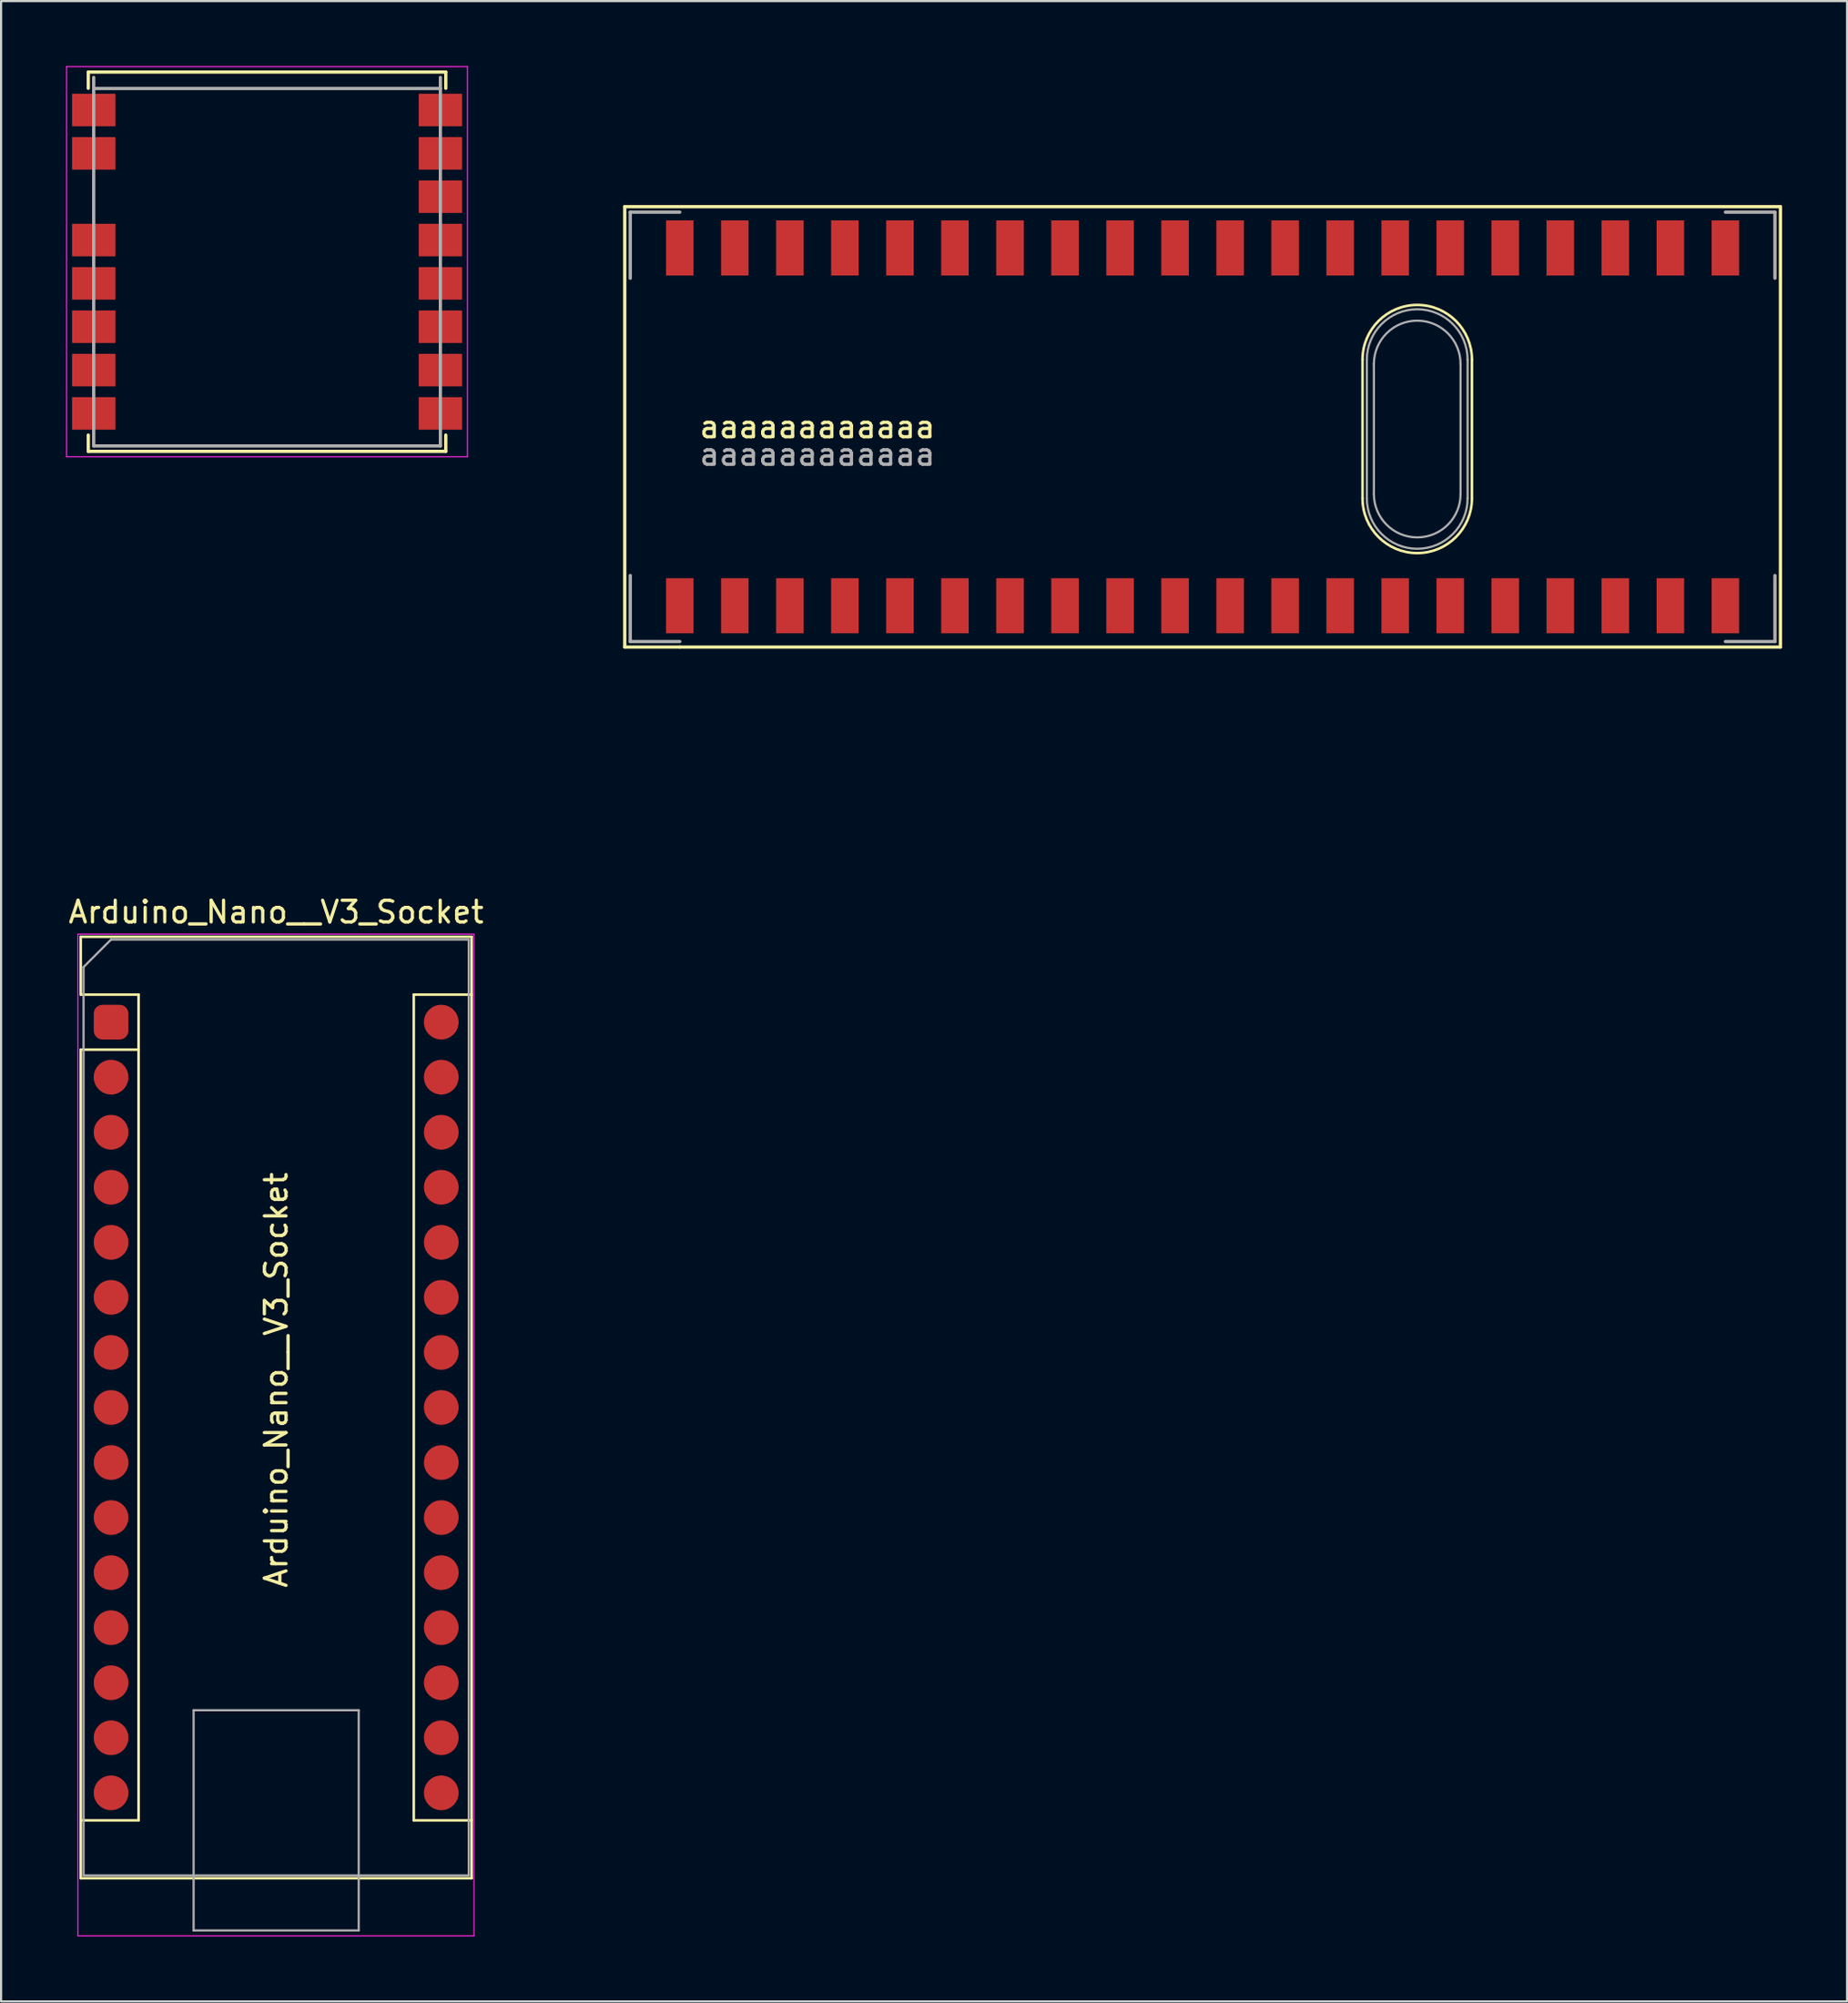
<source format=kicad_pcb>
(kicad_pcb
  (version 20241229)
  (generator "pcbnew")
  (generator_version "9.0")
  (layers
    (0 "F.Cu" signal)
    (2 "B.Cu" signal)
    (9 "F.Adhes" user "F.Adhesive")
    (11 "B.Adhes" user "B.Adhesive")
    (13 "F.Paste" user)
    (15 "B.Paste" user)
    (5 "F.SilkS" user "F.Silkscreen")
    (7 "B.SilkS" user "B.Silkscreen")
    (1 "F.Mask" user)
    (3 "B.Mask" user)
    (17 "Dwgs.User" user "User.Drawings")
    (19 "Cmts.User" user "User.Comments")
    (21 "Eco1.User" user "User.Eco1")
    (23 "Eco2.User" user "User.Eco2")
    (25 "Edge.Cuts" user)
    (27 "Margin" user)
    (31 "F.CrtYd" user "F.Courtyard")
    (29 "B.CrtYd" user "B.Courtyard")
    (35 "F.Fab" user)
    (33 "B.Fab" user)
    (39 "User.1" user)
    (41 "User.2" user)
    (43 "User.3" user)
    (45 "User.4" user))
  (footprint "aaaaaaaaaaaa"
    (layer "F.Cu")
    (at 6.735 34.933)
    (property "Reference" "aaaaaaaaaaaa" (at 27.94 -18.288 0) (layer "F.SilkS") (effects (font (size 1 1) (thickness 0.15))))
    (attr smd)
    (fp_line (start -5.71 -34.658) (end 10.79 -34.658) (stroke (width 0.15) (type solid)) (layer "F.SilkS"))
    (fp_line (start -5.71 -33.908) (end -5.71 -34.658) (stroke (width 0.15) (type solid)) (layer "F.SilkS"))
    (fp_line (start -5.71 -17.908) (end -5.71 -17.158) (stroke (width 0.15) (type solid)) (layer "F.SilkS"))
    (fp_line (start -5.71 -17.158) (end 10.79 -17.158) (stroke (width 0.15) (type solid)) (layer "F.SilkS"))
    (fp_line (start 10.79 -34.658) (end 10.79 -33.908) (stroke (width 0.15) (type solid)) (layer "F.SilkS"))
    (fp_line (start 10.79 -17.158) (end 10.79 -17.908) (stroke (width 0.15) (type solid)) (layer "F.SilkS"))
    (fp_line (start 19.05 -28.448) (end 19.05 -8.128) (stroke (width 0.15) (type solid)) (layer "F.SilkS"))
    (fp_line (start 19.05 -8.128) (end 21.59 -8.128) (stroke (width 0.15) (type solid)) (layer "F.SilkS"))
    (fp_line (start 21.59 -8.128) (end 72.39 -8.128) (stroke (width 0.15) (type solid)) (layer "F.SilkS"))
    (fp_line (start 53.101 -14.988) (end 53.101 -21.388) (stroke (width 0.12) (type solid)) (layer "F.SilkS"))
    (fp_line (start 58.151 -14.988) (end 58.151 -21.388) (stroke (width 0.12) (type solid)) (layer "F.SilkS"))
    (fp_line (start 72.39 -28.448) (end 19.05 -28.448) (stroke (width 0.15) (type solid)) (layer "F.SilkS"))
    (fp_line (start 72.39 -8.128) (end 72.39 -28.448) (stroke (width 0.15) (type solid)) (layer "F.SilkS"))
    (fp_arc (start 53.101 -21.388) (mid 55.626 -23.913) (end 58.151 -21.388) (stroke (width 0.12) (type solid)) (layer "F.SilkS"))
    (fp_arc (start 58.151 -14.988) (mid 55.626 -12.463) (end 53.101 -14.988) (stroke (width 0.12) (type solid)) (layer "F.SilkS"))
    (fp_line (start -6.71 -34.908) (end 11.79 -34.908) (stroke (width 0.05) (type solid)) (layer "F.CrtYd"))
    (fp_line (start -6.71 -16.908) (end -6.71 -34.908) (stroke (width 0.05) (type solid)) (layer "F.CrtYd"))
    (fp_line (start 11.79 -34.908) (end 11.79 -16.908) (stroke (width 0.05) (type solid)) (layer "F.CrtYd"))
    (fp_line (start 11.79 -16.908) (end -6.71 -16.908) (stroke (width 0.05) (type solid)) (layer "F.CrtYd"))
    (fp_line (start -5.46 -33.9) (end 10.54 -33.9) (stroke (width 0.15) (type solid)) (layer "F.Fab"))
    (fp_line (start -5.46 -17.408) (end -5.46 -34.408) (stroke (width 0.15) (type solid)) (layer "F.Fab"))
    (fp_line (start 10.54 -34.408) (end 10.54 -17.408) (stroke (width 0.15) (type solid)) (layer "F.Fab"))
    (fp_line (start 10.54 -17.408) (end -5.46 -17.408) (stroke (width 0.15) (type solid)) (layer "F.Fab"))
    (fp_line (start 19.304 -28.194) (end 19.304 -25.146) (stroke (width 0.15) (type solid)) (layer "F.Fab"))
    (fp_line (start 19.304 -28.194) (end 21.59 -28.194) (stroke (width 0.15) (type solid)) (layer "F.Fab"))
    (fp_line (start 19.304 -8.382) (end 19.304 -11.43) (stroke (width 0.15) (type solid)) (layer "F.Fab"))
    (fp_line (start 21.59 -8.382) (end 19.304 -8.382) (stroke (width 0.15) (type solid)) (layer "F.Fab"))
    (fp_line (start 53.301 -14.988) (end 53.301 -21.388) (stroke (width 0.1) (type solid)) (layer "F.Fab"))
    (fp_line (start 53.626 -15.188) (end 53.626 -21.188) (stroke (width 0.1) (type solid)) (layer "F.Fab"))
    (fp_line (start 57.626 -15.188) (end 57.626 -21.188) (stroke (width 0.1) (type solid)) (layer "F.Fab"))
    (fp_line (start 57.951 -14.988) (end 57.951 -21.388) (stroke (width 0.1) (type solid)) (layer "F.Fab"))
    (fp_line (start 69.85 -28.194) (end 72.136 -28.194) (stroke (width 0.15) (type solid)) (layer "F.Fab"))
    (fp_line (start 69.85 -8.382) (end 72.136 -8.382) (stroke (width 0.15) (type solid)) (layer "F.Fab"))
    (fp_line (start 72.136 -28.194) (end 72.136 -25.146) (stroke (width 0.15) (type solid)) (layer "F.Fab"))
    (fp_line (start 72.136 -8.382) (end 72.136 -11.43) (stroke (width 0.15) (type solid)) (layer "F.Fab"))
    (fp_arc (start 53.301 -21.388) (mid 55.626 -23.713) (end 57.951 -21.388) (stroke (width 0.1) (type solid)) (layer "F.Fab"))
    (fp_arc (start 53.626 -21.188) (mid 55.626 -23.188) (end 57.626 -21.188) (stroke (width 0.1) (type solid)) (layer "F.Fab"))
    (fp_arc (start 57.626 -15.188) (mid 55.626 -13.188) (end 53.626 -15.188) (stroke (width 0.1) (type solid)) (layer "F.Fab"))
    (fp_arc (start 57.951 -14.988) (mid 55.626 -12.663) (end 53.301 -14.988) (stroke (width 0.1) (type solid)) (layer "F.Fab"))
    (fp_text user "${REFERENCE}" (at 27.94 -17.018 0) (layer "F.Fab") (effects (font (size 1 1) (thickness 0.15))))
    (pad "1" smd rect (at -5.46 -32.908) (size 2 1.5) (layers "F.Cu" "F.Mask" "F.Paste"))
    (pad "1" smd rect (at 21.59 -10.033) (size 1.27 2.54) (layers "F.Cu" "F.Mask" "F.Paste"))
    (pad "2" smd rect (at -5.46 -30.908) (size 2 1.5) (layers "F.Cu" "F.Mask" "F.Paste"))
    (pad "2" smd rect (at 24.13 -10.033) (size 1.27 2.54) (layers "F.Cu" "F.Mask" "F.Paste"))
    (pad "3" smd rect (at 26.67 -10.033) (size 1.27 2.54) (layers "F.Cu" "F.Mask" "F.Paste"))
    (pad "4" smd rect (at -5.46 -26.908) (size 2 1.5) (layers "F.Cu" "F.Mask" "F.Paste"))
    (pad "4" smd rect (at 29.21 -10.033) (size 1.27 2.54) (layers "F.Cu" "F.Mask" "F.Paste"))
    (pad "5" smd rect (at -5.46 -24.908) (size 2 1.5) (layers "F.Cu" "F.Mask" "F.Paste"))
    (pad "5" smd rect (at 31.75 -10.033) (size 1.27 2.54) (layers "F.Cu" "F.Mask" "F.Paste"))
    (pad "6" smd rect (at -5.46 -22.908) (size 2 1.5) (layers "F.Cu" "F.Mask" "F.Paste"))
    (pad "6" smd rect (at 34.29 -10.033) (size 1.27 2.54) (layers "F.Cu" "F.Mask" "F.Paste"))
    (pad "7" smd rect (at -5.46 -20.908) (size 2 1.5) (layers "F.Cu" "F.Mask" "F.Paste"))
    (pad "7" smd rect (at 36.83 -10.033) (size 1.27 2.54) (layers "F.Cu" "F.Mask" "F.Paste"))
    (pad "8" smd rect (at -5.46 -18.908) (size 2 1.5) (layers "F.Cu" "F.Mask" "F.Paste"))
    (pad "8" smd rect (at 39.37 -10.033) (size 1.27 2.54) (layers "F.Cu" "F.Mask" "F.Paste"))
    (pad "9" smd rect (at 10.54 -18.908) (size 2 1.5) (layers "F.Cu" "F.Mask" "F.Paste"))
    (pad "9" smd rect (at 41.91 -10.033) (size 1.27 2.54) (layers "F.Cu" "F.Mask" "F.Paste"))
    (pad "10" smd rect (at 10.54 -20.908) (size 2 1.5) (layers "F.Cu" "F.Mask" "F.Paste"))
    (pad "10" smd rect (at 44.45 -10.033) (size 1.27 2.54) (layers "F.Cu" "F.Mask" "F.Paste"))
    (pad "11" smd rect (at 10.54 -22.908) (size 2 1.5) (layers "F.Cu" "F.Mask" "F.Paste"))
    (pad "11" smd rect (at 46.99 -10.033) (size 1.27 2.54) (layers "F.Cu" "F.Mask" "F.Paste"))
    (pad "12" smd rect (at 10.54 -24.908) (size 2 1.5) (layers "F.Cu" "F.Mask" "F.Paste"))
    (pad "12" smd rect (at 49.53 -10.033) (size 1.27 2.54) (layers "F.Cu" "F.Mask" "F.Paste"))
    (pad "13" smd rect (at 10.54 -26.908) (size 2 1.5) (layers "F.Cu" "F.Mask" "F.Paste"))
    (pad "13" smd rect (at 52.07 -10.033) (size 1.27 2.54) (layers "F.Cu" "F.Mask" "F.Paste"))
    (pad "14" smd rect (at 10.54 -28.908) (size 2 1.5) (layers "F.Cu" "F.Mask" "F.Paste"))
    (pad "14" smd rect (at 54.61 -10.033) (size 1.27 2.54) (layers "F.Cu" "F.Mask" "F.Paste"))
    (pad "15" smd rect (at 10.54 -30.908) (size 2 1.5) (layers "F.Cu" "F.Mask" "F.Paste"))
    (pad "15" smd rect (at 57.15 -10.033) (size 1.27 2.54) (layers "F.Cu" "F.Mask" "F.Paste"))
    (pad "16" smd rect (at 10.54 -32.908) (size 2 1.5) (layers "F.Cu" "F.Mask" "F.Paste"))
    (pad "16" smd rect (at 59.69 -10.033) (size 1.27 2.54) (layers "F.Cu" "F.Mask" "F.Paste"))
    (pad "17" smd rect (at 62.23 -10.033) (size 1.27 2.54) (layers "F.Cu" "F.Mask" "F.Paste"))
    (pad "18" smd rect (at 64.77 -10.033) (size 1.27 2.54) (layers "F.Cu" "F.Mask" "F.Paste"))
    (pad "19" smd rect (at 67.31 -10.033) (size 1.27 2.54) (layers "F.Cu" "F.Mask" "F.Paste"))
    (pad "20" smd rect (at 69.85 -10.033) (size 1.27 2.54) (layers "F.Cu" "F.Mask" "F.Paste"))
    (pad "21" smd rect (at 69.85 -26.543) (size 1.27 2.54) (layers "F.Cu" "F.Mask" "F.Paste"))
    (pad "22" smd rect (at 67.31 -26.543) (size 1.27 2.54) (layers "F.Cu" "F.Mask" "F.Paste"))
    (pad "23" smd rect (at 64.77 -26.543) (size 1.27 2.54) (layers "F.Cu" "F.Mask" "F.Paste"))
    (pad "24" smd rect (at 62.23 -26.543) (size 1.27 2.54) (layers "F.Cu" "F.Mask" "F.Paste"))
    (pad "25" smd rect (at 59.69 -26.543) (size 1.27 2.54) (layers "F.Cu" "F.Mask" "F.Paste"))
    (pad "26" smd rect (at 57.15 -26.543) (size 1.27 2.54) (layers "F.Cu" "F.Mask" "F.Paste"))
    (pad "27" smd rect (at 54.61 -26.543) (size 1.27 2.54) (layers "F.Cu" "F.Mask" "F.Paste"))
    (pad "28" smd rect (at 52.07 -26.543) (size 1.27 2.54) (layers "F.Cu" "F.Mask" "F.Paste"))
    (pad "29" smd rect (at 49.53 -26.543) (size 1.27 2.54) (layers "F.Cu" "F.Mask" "F.Paste"))
    (pad "30" smd rect (at 46.99 -26.543) (size 1.27 2.54) (layers "F.Cu" "F.Mask" "F.Paste"))
    (pad "31" smd rect (at 44.45 -26.543) (size 1.27 2.54) (layers "F.Cu" "F.Mask" "F.Paste"))
    (pad "32" smd rect (at 41.91 -26.543) (size 1.27 2.54) (layers "F.Cu" "F.Mask" "F.Paste"))
    (pad "33" smd rect (at 39.37 -26.543) (size 1.27 2.54) (layers "F.Cu" "F.Mask" "F.Paste"))
    (pad "34" smd rect (at 36.83 -26.543) (size 1.27 2.54) (layers "F.Cu" "F.Mask" "F.Paste"))
    (pad "35" smd rect (at 34.29 -26.543) (size 1.27 2.54) (layers "F.Cu" "F.Mask" "F.Paste"))
    (pad "36" smd rect (at 31.75 -26.543) (size 1.27 2.54) (layers "F.Cu" "F.Mask" "F.Paste"))
    (pad "37" smd rect (at 29.21 -26.543) (size 1.27 2.54) (layers "F.Cu" "F.Mask" "F.Paste"))
    (pad "38" smd rect (at 26.67 -26.543) (size 1.27 2.54) (layers "F.Cu" "F.Mask" "F.Paste"))
    (pad "39" smd rect (at 24.13 -26.543) (size 1.27 2.54) (layers "F.Cu" "F.Mask" "F.Paste"))
    (pad "40" smd rect (at 21.59 -26.543) (size 1.27 2.54) (layers "F.Cu" "F.Mask" "F.Paste")))
  (footprint "Arduino_Nano__V3_Socket"
    (layer "F.Cu")
    (at 2.076 44.111)
    (property "Reference" "Arduino_Nano__V3_Socket" (at 7.62 -5.08 0) (layer "F.SilkS") (effects (font (size 1 1) (thickness 0.15))))
    (attr through_hole)
    (fp_line (start -1.4 -3.94) (end -1.4 -1.27) (stroke (width 0.12) (type solid)) (layer "F.SilkS"))
    (fp_line (start -1.4 1.27) (end -1.4 39.5) (stroke (width 0.12) (type solid)) (layer "F.SilkS"))
    (fp_line (start -1.4 39.5) (end 16.64 39.5) (stroke (width 0.12) (type solid)) (layer "F.SilkS"))
    (fp_line (start 1.27 -1.27) (end -1.4 -1.27) (stroke (width 0.12) (type solid)) (layer "F.SilkS"))
    (fp_line (start 1.27 1.27) (end -1.4 1.27) (stroke (width 0.12) (type solid)) (layer "F.SilkS"))
    (fp_line (start 1.27 1.27) (end 1.27 -1.27) (stroke (width 0.12) (type solid)) (layer "F.SilkS"))
    (fp_line (start 1.27 1.27) (end 1.27 36.83) (stroke (width 0.12) (type solid)) (layer "F.SilkS"))
    (fp_line (start 1.27 36.83) (end -1.4 36.83) (stroke (width 0.12) (type solid)) (layer "F.SilkS"))
    (fp_line (start 13.97 -1.27) (end 13.97 36.83) (stroke (width 0.12) (type solid)) (layer "F.SilkS"))
    (fp_line (start 13.97 -1.27) (end 16.64 -1.27) (stroke (width 0.12) (type solid)) (layer "F.SilkS"))
    (fp_line (start 13.97 36.83) (end 16.64 36.83) (stroke (width 0.12) (type solid)) (layer "F.SilkS"))
    (fp_line (start 16.64 -3.94) (end -1.4 -3.94) (stroke (width 0.12) (type solid)) (layer "F.SilkS"))
    (fp_line (start 16.64 39.5) (end 16.64 -3.94) (stroke (width 0.12) (type solid)) (layer "F.SilkS"))
    (fp_line (start -1.53 -4.06) (end -1.53 42.16) (stroke (width 0.05) (type solid)) (layer "F.CrtYd"))
    (fp_line (start -1.53 -4.06) (end 16.75 -4.06) (stroke (width 0.05) (type solid)) (layer "F.CrtYd"))
    (fp_line (start 16.75 42.16) (end -1.53 42.16) (stroke (width 0.05) (type solid)) (layer "F.CrtYd"))
    (fp_line (start 16.75 42.16) (end 16.75 -4.06) (stroke (width 0.05) (type solid)) (layer "F.CrtYd"))
    (fp_line (start -1.27 -2.54) (end 0 -3.81) (stroke (width 0.1) (type solid)) (layer "F.Fab"))
    (fp_line (start -1.27 39.37) (end -1.27 -2.54) (stroke (width 0.1) (type solid)) (layer "F.Fab"))
    (fp_line (start 0 -3.81) (end 16.51 -3.81) (stroke (width 0.1) (type solid)) (layer "F.Fab"))
    (fp_line (start 3.81 31.75) (end 11.43 31.75) (stroke (width 0.1) (type solid)) (layer "F.Fab"))
    (fp_line (start 3.81 41.91) (end 3.81 31.75) (stroke (width 0.1) (type solid)) (layer "F.Fab"))
    (fp_line (start 11.43 31.75) (end 11.43 41.91) (stroke (width 0.1) (type solid)) (layer "F.Fab"))
    (fp_line (start 11.43 41.91) (end 3.81 41.91) (stroke (width 0.1) (type solid)) (layer "F.Fab"))
    (fp_line (start 16.51 -3.81) (end 16.51 39.37) (stroke (width 0.1) (type solid)) (layer "F.Fab"))
    (fp_line (start 16.51 39.37) (end -1.27 39.37) (stroke (width 0.1) (type solid)) (layer "F.Fab"))
    (fp_text user "${REFERENCE}" (at 7.62 16.51 90) (layer "F.SilkS") (effects (font (size 1 1) (thickness 0.15))))
    (pad "1" smd roundrect (at 0 0) (size 1.6 1.6) (layers "F.Cu" "F.Mask" "F.Paste") (roundrect_rratio 0.25))
    (pad "2" smd circle (at 0 2.54) (size 1.6 1.6) (layers "F.Cu" "F.Mask" "F.Paste"))
    (pad "3" smd circle (at 0 5.08) (size 1.6 1.6) (layers "F.Cu" "F.Mask" "F.Paste"))
    (pad "4" smd circle (at 0 7.62) (size 1.6 1.6) (layers "F.Cu" "F.Mask" "F.Paste"))
    (pad "5" smd circle (at 0 10.16) (size 1.6 1.6) (layers "F.Cu" "F.Mask" "F.Paste"))
    (pad "6" smd circle (at 0 12.7) (size 1.6 1.6) (layers "F.Cu" "F.Mask" "F.Paste"))
    (pad "7" smd circle (at 0 15.24) (size 1.6 1.6) (layers "F.Cu" "F.Mask" "F.Paste"))
    (pad "8" smd circle (at 0 17.78) (size 1.6 1.6) (layers "F.Cu" "F.Mask" "F.Paste"))
    (pad "9" smd circle (at 0 20.32) (size 1.6 1.6) (layers "F.Cu" "F.Mask" "F.Paste"))
    (pad "10" smd circle (at 0 22.86) (size 1.6 1.6) (layers "F.Cu" "F.Mask" "F.Paste"))
    (pad "11" smd circle (at 0 25.4) (size 1.6 1.6) (layers "F.Cu" "F.Mask" "F.Paste"))
    (pad "12" smd circle (at 0 27.94) (size 1.6 1.6) (layers "F.Cu" "F.Mask" "F.Paste"))
    (pad "13" smd circle (at 0 30.48) (size 1.6 1.6) (layers "F.Cu" "F.Mask" "F.Paste"))
    (pad "14" smd circle (at 0 33.02) (size 1.6 1.6) (layers "F.Cu" "F.Mask" "F.Paste"))
    (pad "15" smd circle (at 0 35.56) (size 1.6 1.6) (layers "F.Cu" "F.Mask" "F.Paste"))
    (pad "16" smd circle (at 15.24 35.56) (size 1.6 1.6) (layers "F.Cu" "F.Mask" "F.Paste"))
    (pad "17" smd circle (at 15.24 33.02) (size 1.6 1.6) (layers "F.Cu" "F.Mask" "F.Paste"))
    (pad "18" smd circle (at 15.24 30.48) (size 1.6 1.6) (layers "F.Cu" "F.Mask" "F.Paste"))
    (pad "19" smd circle (at 15.24 27.94) (size 1.6 1.6) (layers "F.Cu" "F.Mask" "F.Paste"))
    (pad "20" smd circle (at 15.24 25.4) (size 1.6 1.6) (layers "F.Cu" "F.Mask" "F.Paste"))
    (pad "21" smd circle (at 15.24 22.86) (size 1.6 1.6) (layers "F.Cu" "F.Mask" "F.Paste"))
    (pad "22" smd circle (at 15.24 20.32) (size 1.6 1.6) (layers "F.Cu" "F.Mask" "F.Paste"))
    (pad "23" smd circle (at 15.24 17.78) (size 1.6 1.6) (layers "F.Cu" "F.Mask" "F.Paste"))
    (pad "24" smd circle (at 15.24 15.24) (size 1.6 1.6) (layers "F.Cu" "F.Mask" "F.Paste"))
    (pad "25" smd circle (at 15.24 12.7) (size 1.6 1.6) (layers "F.Cu" "F.Mask" "F.Paste"))
    (pad "26" smd circle (at 15.24 10.16) (size 1.6 1.6) (layers "F.Cu" "F.Mask" "F.Paste"))
    (pad "27" smd circle (at 15.24 7.62) (size 1.6 1.6) (layers "F.Cu" "F.Mask" "F.Paste"))
    (pad "28" smd circle (at 15.24 5.08) (size 1.6 1.6) (layers "F.Cu" "F.Mask" "F.Paste"))
    (pad "29" smd circle (at 15.24 2.54) (size 1.6 1.6) (layers "F.Cu" "F.Mask" "F.Paste"))
    (pad "30" smd circle (at 15.24 0) (size 1.6 1.6) (layers "F.Cu" "F.Mask" "F.Paste")))
  (gr_rect
    (start -3 -3)
    (end 82.2 89.296)
    (stroke (width 0.1) (type default))
    (fill no)
    (layer "Edge.Cuts")))
</source>
